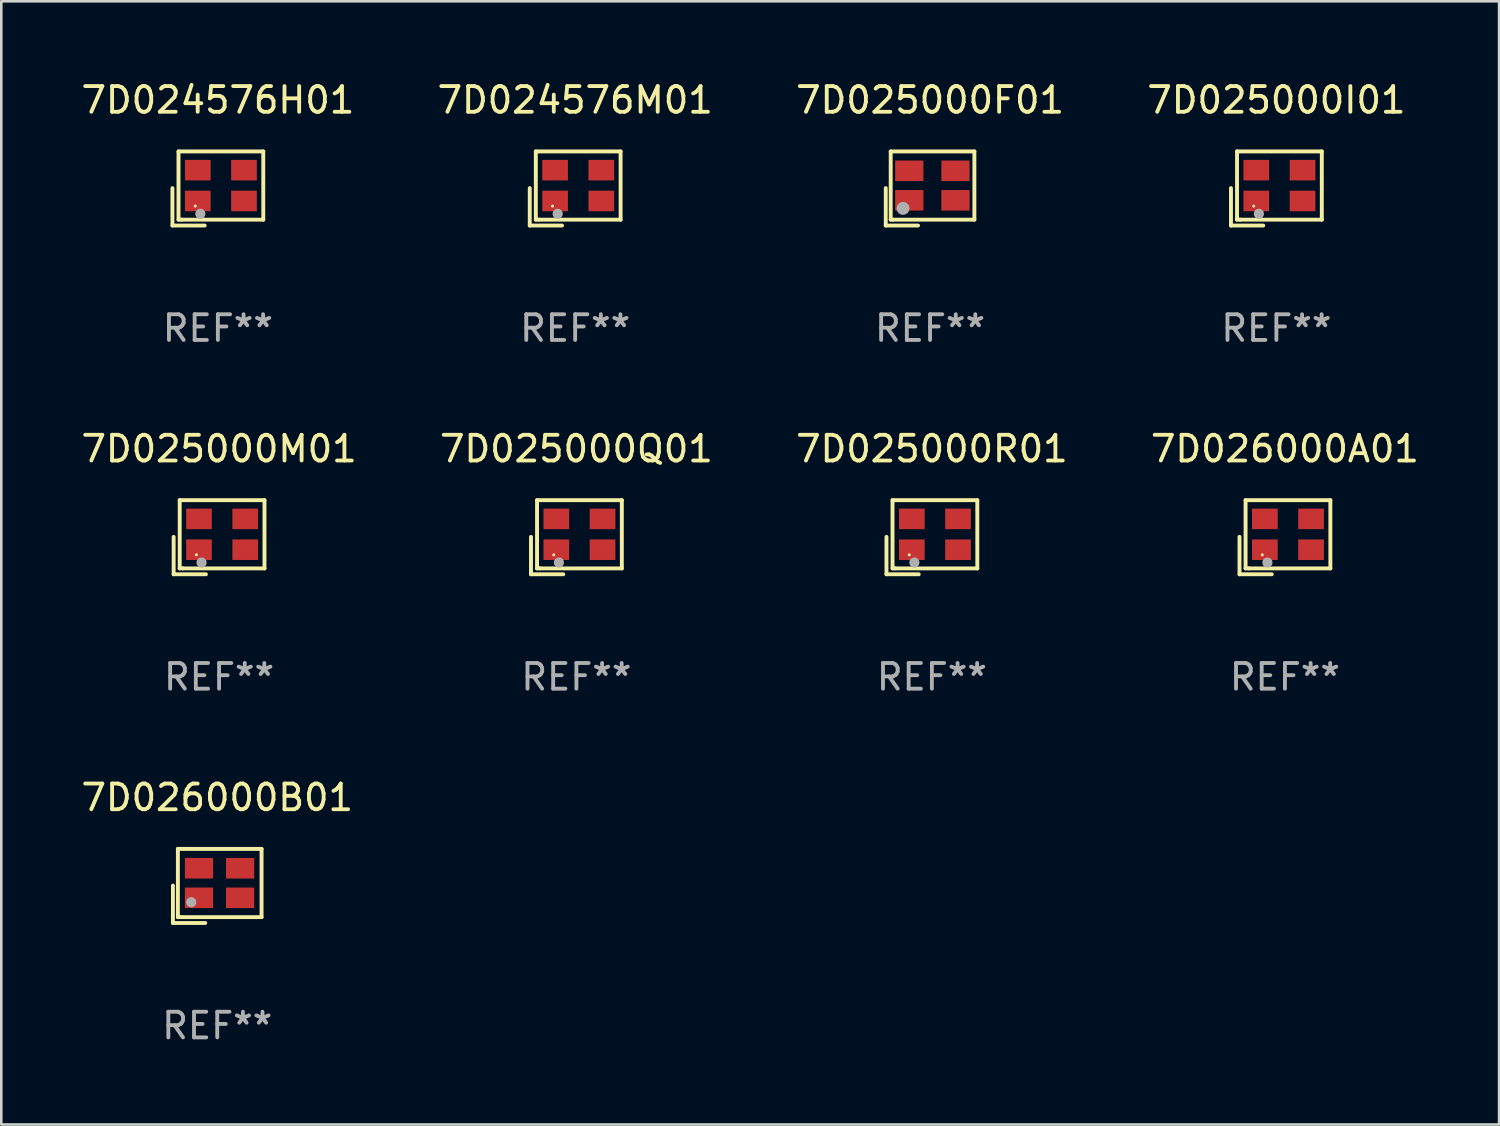
<source format=kicad_pcb>
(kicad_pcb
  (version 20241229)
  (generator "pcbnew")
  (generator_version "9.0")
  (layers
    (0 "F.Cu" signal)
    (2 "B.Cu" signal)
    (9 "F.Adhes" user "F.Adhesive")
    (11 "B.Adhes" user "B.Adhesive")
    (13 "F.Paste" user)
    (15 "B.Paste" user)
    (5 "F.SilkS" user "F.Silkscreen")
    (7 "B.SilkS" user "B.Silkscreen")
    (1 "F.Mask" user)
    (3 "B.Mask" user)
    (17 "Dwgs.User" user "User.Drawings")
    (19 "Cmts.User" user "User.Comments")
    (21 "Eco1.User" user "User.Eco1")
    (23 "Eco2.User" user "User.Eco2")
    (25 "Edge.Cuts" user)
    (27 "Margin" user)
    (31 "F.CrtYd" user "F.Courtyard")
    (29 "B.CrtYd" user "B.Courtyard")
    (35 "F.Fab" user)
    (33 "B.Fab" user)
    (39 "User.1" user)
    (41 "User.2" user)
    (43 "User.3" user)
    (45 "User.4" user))
  (footprint "7D026000A01"
    (layer "F.Cu")
    (at 46.994 17.873)
    (property "Reference" "7D026000A01" (at 0 -3.443 0) (layer "F.SilkS") (effects (font (size 1 1) (thickness 0.15))))
    (attr through_hole)
    (fp_line (start -1.769 -0.014) (end -1.769 1.443) (stroke (width 0.152) (type solid)) (layer "F.SilkS"))
    (fp_line (start -1.769 1.443) (end -0.512 1.443) (stroke (width 0.152) (type solid)) (layer "F.SilkS"))
    (fp_line (start -1.533 -1.443) (end 1.769 -1.443) (stroke (width 0.152) (type solid)) (layer "F.SilkS"))
    (fp_line (start -1.533 1.214) (end -1.533 -1.443) (stroke (width 0.152) (type solid)) (layer "F.SilkS"))
    (fp_line (start -1.411 1.214) (end -1.533 1.214) (stroke (width 0.152) (type solid)) (layer "F.SilkS"))
    (fp_line (start 1.769 -1.443) (end 1.769 1.214) (stroke (width 0.152) (type solid)) (layer "F.SilkS"))
    (fp_line (start 1.769 1.214) (end -1.411 1.214) (stroke (width 0.152) (type solid)) (layer "F.SilkS"))
    (fp_circle (center -0.882 0.686) (end -0.852 0.686) (stroke (width 0.06) (type solid)) (fill no) (layer "F.SilkS"))
    (fp_circle (center -0.682 0.986) (end -0.582 0.986) (stroke (width 0.2) (type solid)) (fill no) (layer "F.Fab"))
    (fp_text user "REF**" (at 0 5.443 0) (layer "F.Fab") (effects (font (size 1 1) (thickness 0.15))))
    (pad "1" smd rect (at -0.782 0.486 90) (size 0.8 1) (layers "F.Cu" "F.Mask" "F.Paste"))
    (pad "2" smd rect (at 1.018 0.486 90) (size 0.8 1) (layers "F.Cu" "F.Mask" "F.Paste"))
    (pad "3" smd rect (at 1.018 -0.714 90) (size 0.8 1) (layers "F.Cu" "F.Mask" "F.Paste"))
    (pad "4" smd rect (at -0.782 -0.714 90) (size 0.8 1) (layers "F.Cu" "F.Mask" "F.Paste")))
  (footprint "7D024576H01"
    (layer "F.Cu")
    (at 5.435 4.291)
    (property "Reference" "7D024576H01" (at 0 -3.443 0) (layer "F.SilkS") (effects (font (size 1 1) (thickness 0.15))))
    (attr through_hole)
    (fp_line (start -1.769 -0.014) (end -1.769 1.443) (stroke (width 0.152) (type solid)) (layer "F.SilkS"))
    (fp_line (start -1.769 1.443) (end -0.512 1.443) (stroke (width 0.152) (type solid)) (layer "F.SilkS"))
    (fp_line (start -1.533 -1.443) (end 1.769 -1.443) (stroke (width 0.152) (type solid)) (layer "F.SilkS"))
    (fp_line (start -1.533 1.214) (end -1.533 -1.443) (stroke (width 0.152) (type solid)) (layer "F.SilkS"))
    (fp_line (start -1.411 1.214) (end -1.533 1.214) (stroke (width 0.152) (type solid)) (layer "F.SilkS"))
    (fp_line (start 1.769 -1.443) (end 1.769 1.214) (stroke (width 0.152) (type solid)) (layer "F.SilkS"))
    (fp_line (start 1.769 1.214) (end -1.411 1.214) (stroke (width 0.152) (type solid)) (layer "F.SilkS"))
    (fp_circle (center -0.882 0.686) (end -0.852 0.686) (stroke (width 0.06) (type solid)) (fill no) (layer "F.SilkS"))
    (fp_circle (center -0.682 0.986) (end -0.582 0.986) (stroke (width 0.2) (type solid)) (fill no) (layer "F.Fab"))
    (fp_text user "REF**" (at 0 5.443 0) (layer "F.Fab") (effects (font (size 1 1) (thickness 0.15))))
    (pad "1" smd rect (at -0.782 0.486 90) (size 0.8 1) (layers "F.Cu" "F.Mask" "F.Paste"))
    (pad "2" smd rect (at 1.018 0.486 90) (size 0.8 1) (layers "F.Cu" "F.Mask" "F.Paste"))
    (pad "3" smd rect (at 1.018 -0.714 90) (size 0.8 1) (layers "F.Cu" "F.Mask" "F.Paste"))
    (pad "4" smd rect (at -0.782 -0.714 90) (size 0.8 1) (layers "F.Cu" "F.Mask" "F.Paste")))
  (footprint "7D024576M01"
    (layer "F.Cu")
    (at 19.351 4.291)
    (property "Reference" "7D024576M01" (at 0 -3.443 0) (layer "F.SilkS") (effects (font (size 1 1) (thickness 0.15))))
    (attr through_hole)
    (fp_line (start -1.769 -0.014) (end -1.769 1.443) (stroke (width 0.152) (type solid)) (layer "F.SilkS"))
    (fp_line (start -1.769 1.443) (end -0.512 1.443) (stroke (width 0.152) (type solid)) (layer "F.SilkS"))
    (fp_line (start -1.533 -1.443) (end 1.769 -1.443) (stroke (width 0.152) (type solid)) (layer "F.SilkS"))
    (fp_line (start -1.533 1.214) (end -1.533 -1.443) (stroke (width 0.152) (type solid)) (layer "F.SilkS"))
    (fp_line (start -1.411 1.214) (end -1.533 1.214) (stroke (width 0.152) (type solid)) (layer "F.SilkS"))
    (fp_line (start 1.769 -1.443) (end 1.769 1.214) (stroke (width 0.152) (type solid)) (layer "F.SilkS"))
    (fp_line (start 1.769 1.214) (end -1.411 1.214) (stroke (width 0.152) (type solid)) (layer "F.SilkS"))
    (fp_circle (center -0.882 0.686) (end -0.852 0.686) (stroke (width 0.06) (type solid)) (fill no) (layer "F.SilkS"))
    (fp_circle (center -0.682 0.986) (end -0.582 0.986) (stroke (width 0.2) (type solid)) (fill no) (layer "F.Fab"))
    (fp_text user "REF**" (at 0 5.443 0) (layer "F.Fab") (effects (font (size 1 1) (thickness 0.15))))
    (pad "1" smd rect (at -0.782 0.486 90) (size 0.8 1) (layers "F.Cu" "F.Mask" "F.Paste"))
    (pad "2" smd rect (at 1.018 0.486 90) (size 0.8 1) (layers "F.Cu" "F.Mask" "F.Paste"))
    (pad "3" smd rect (at 1.018 -0.714 90) (size 0.8 1) (layers "F.Cu" "F.Mask" "F.Paste"))
    (pad "4" smd rect (at -0.782 -0.714 90) (size 0.8 1) (layers "F.Cu" "F.Mask" "F.Paste")))
  (footprint "7D026000B01"
    (layer "F.Cu")
    (at 5.411 31.455)
    (property "Reference" "7D026000B01" (at 0 -3.443 0) (layer "F.SilkS") (effects (font (size 1 1) (thickness 0.15))))
    (attr through_hole)
    (fp_line (start -1.726 -0.015) (end -1.726 1.443) (stroke (width 0.152) (type solid)) (layer "F.SilkS"))
    (fp_line (start -1.726 1.443) (end -0.469 1.443) (stroke (width 0.152) (type solid)) (layer "F.SilkS"))
    (fp_line (start -1.533 -1.443) (end 1.726 -1.443) (stroke (width 0.152) (type solid)) (layer "F.SilkS"))
    (fp_line (start -1.533 1.214) (end -1.533 -1.443) (stroke (width 0.152) (type solid)) (layer "F.SilkS"))
    (fp_line (start -1.439 1.214) (end -1.533 1.214) (stroke (width 0.152) (type solid)) (layer "F.SilkS"))
    (fp_line (start 1.726 -1.443) (end 1.726 1.214) (stroke (width 0.152) (type solid)) (layer "F.SilkS"))
    (fp_line (start 1.726 1.214) (end -1.439 1.214) (stroke (width 0.152) (type solid)) (layer "F.SilkS"))
    (fp_circle (center -0.91 0.686) (end -0.88 0.686) (stroke (width 0.06) (type solid)) (fill no) (layer "F.SilkS"))
    (fp_circle (center -1.014 0.633) (end -0.914 0.633) (stroke (width 0.2) (type solid)) (fill no) (layer "F.Fab"))
    (fp_text user "REF**" (at 0 5.443 0) (layer "F.Fab") (effects (font (size 1 1) (thickness 0.15))))
    (pad "1" smd rect (at -0.71 0.461) (size 1.1 0.8) (layers "F.Cu" "F.Mask" "F.Paste"))
    (pad "2" smd rect (at 0.89 0.461) (size 1.1 0.8) (layers "F.Cu" "F.Mask" "F.Paste"))
    (pad "3" smd rect (at 0.89 -0.689) (size 1.1 0.8) (layers "F.Cu" "F.Mask" "F.Paste"))
    (pad "4" smd rect (at -0.71 -0.689) (size 1.1 0.8) (layers "F.Cu" "F.Mask" "F.Paste")))
  (footprint "7D025000Q01"
    (layer "F.Cu")
    (at 19.399 17.873)
    (property "Reference" "7D025000Q01" (at 0 -3.443 0) (layer "F.SilkS") (effects (font (size 1 1) (thickness 0.15))))
    (attr through_hole)
    (fp_line (start -1.769 -0.014) (end -1.769 1.443) (stroke (width 0.152) (type solid)) (layer "F.SilkS"))
    (fp_line (start -1.769 1.443) (end -0.512 1.443) (stroke (width 0.152) (type solid)) (layer "F.SilkS"))
    (fp_line (start -1.533 -1.443) (end 1.769 -1.443) (stroke (width 0.152) (type solid)) (layer "F.SilkS"))
    (fp_line (start -1.533 1.214) (end -1.533 -1.443) (stroke (width 0.152) (type solid)) (layer "F.SilkS"))
    (fp_line (start -1.411 1.214) (end -1.533 1.214) (stroke (width 0.152) (type solid)) (layer "F.SilkS"))
    (fp_line (start 1.769 -1.443) (end 1.769 1.214) (stroke (width 0.152) (type solid)) (layer "F.SilkS"))
    (fp_line (start 1.769 1.214) (end -1.411 1.214) (stroke (width 0.152) (type solid)) (layer "F.SilkS"))
    (fp_circle (center -0.882 0.686) (end -0.852 0.686) (stroke (width 0.06) (type solid)) (fill no) (layer "F.SilkS"))
    (fp_circle (center -0.682 0.986) (end -0.582 0.986) (stroke (width 0.2) (type solid)) (fill no) (layer "F.Fab"))
    (fp_text user "REF**" (at 0 5.443 0) (layer "F.Fab") (effects (font (size 1 1) (thickness 0.15))))
    (pad "1" smd rect (at -0.782 0.486 90) (size 0.8 1) (layers "F.Cu" "F.Mask" "F.Paste"))
    (pad "2" smd rect (at 1.018 0.486 90) (size 0.8 1) (layers "F.Cu" "F.Mask" "F.Paste"))
    (pad "3" smd rect (at 1.018 -0.714 90) (size 0.8 1) (layers "F.Cu" "F.Mask" "F.Paste"))
    (pad "4" smd rect (at -0.782 -0.714 90) (size 0.8 1) (layers "F.Cu" "F.Mask" "F.Paste")))
  (footprint "7D025000F01"
    (layer "F.Cu")
    (at 33.173 4.291)
    (property "Reference" "7D025000F01" (at 0 -3.443 0) (layer "F.SilkS") (effects (font (size 1 1) (thickness 0.15))))
    (attr through_hole)
    (fp_line (start -1.726 -0.015) (end -1.726 1.443) (stroke (width 0.152) (type solid)) (layer "F.SilkS"))
    (fp_line (start -1.726 1.443) (end -0.469 1.443) (stroke (width 0.152) (type solid)) (layer "F.SilkS"))
    (fp_line (start -1.533 -1.443) (end 1.726 -1.443) (stroke (width 0.152) (type solid)) (layer "F.SilkS"))
    (fp_line (start -1.533 1.214) (end -1.533 -1.443) (stroke (width 0.152) (type solid)) (layer "F.SilkS"))
    (fp_line (start -1.439 1.214) (end -1.533 1.214) (stroke (width 0.152) (type solid)) (layer "F.SilkS"))
    (fp_line (start 1.726 -1.443) (end 1.726 1.214) (stroke (width 0.152) (type solid)) (layer "F.SilkS"))
    (fp_line (start 1.726 1.214) (end -1.439 1.214) (stroke (width 0.152) (type solid)) (layer "F.SilkS"))
    (fp_circle (center -0.91 0.686) (end -0.88 0.686) (stroke (width 0.06) (type solid)) (fill no) (layer "F.SilkS"))
    (fp_circle (center -1.053 0.775) (end -0.926 0.775) (stroke (width 0.254) (type solid)) (fill no) (layer "F.Fab"))
    (fp_text user "REF**" (at 0 5.443 0) (layer "F.Fab") (effects (font (size 1 1) (thickness 0.15))))
    (pad "1" smd rect (at -0.81 0.461) (size 1.1 0.8) (layers "F.Cu" "F.Mask" "F.Paste"))
    (pad "2" smd rect (at 0.99 0.461) (size 1.1 0.8) (layers "F.Cu" "F.Mask" "F.Paste"))
    (pad "3" smd rect (at 0.99 -0.689) (size 1.1 0.8) (layers "F.Cu" "F.Mask" "F.Paste"))
    (pad "4" smd rect (at -0.81 -0.689) (size 1.1 0.8) (layers "F.Cu" "F.Mask" "F.Paste")))
  (footprint "7D025000M01"
    (layer "F.Cu")
    (at 5.482 17.873)
    (property "Reference" "7D025000M01" (at 0 -3.443 0) (layer "F.SilkS") (effects (font (size 1 1) (thickness 0.15))))
    (attr through_hole)
    (fp_line (start -1.769 -0.014) (end -1.769 1.443) (stroke (width 0.152) (type solid)) (layer "F.SilkS"))
    (fp_line (start -1.769 1.443) (end -0.512 1.443) (stroke (width 0.152) (type solid)) (layer "F.SilkS"))
    (fp_line (start -1.533 -1.443) (end 1.769 -1.443) (stroke (width 0.152) (type solid)) (layer "F.SilkS"))
    (fp_line (start -1.533 1.214) (end -1.533 -1.443) (stroke (width 0.152) (type solid)) (layer "F.SilkS"))
    (fp_line (start -1.411 1.214) (end -1.533 1.214) (stroke (width 0.152) (type solid)) (layer "F.SilkS"))
    (fp_line (start 1.769 -1.443) (end 1.769 1.214) (stroke (width 0.152) (type solid)) (layer "F.SilkS"))
    (fp_line (start 1.769 1.214) (end -1.411 1.214) (stroke (width 0.152) (type solid)) (layer "F.SilkS"))
    (fp_circle (center -0.882 0.686) (end -0.852 0.686) (stroke (width 0.06) (type solid)) (fill no) (layer "F.SilkS"))
    (fp_circle (center -0.682 0.986) (end -0.582 0.986) (stroke (width 0.2) (type solid)) (fill no) (layer "F.Fab"))
    (fp_text user "REF**" (at 0 5.443 0) (layer "F.Fab") (effects (font (size 1 1) (thickness 0.15))))
    (pad "1" smd rect (at -0.782 0.486 90) (size 0.8 1) (layers "F.Cu" "F.Mask" "F.Paste"))
    (pad "2" smd rect (at 1.018 0.486 90) (size 0.8 1) (layers "F.Cu" "F.Mask" "F.Paste"))
    (pad "3" smd rect (at 1.018 -0.714 90) (size 0.8 1) (layers "F.Cu" "F.Mask" "F.Paste"))
    (pad "4" smd rect (at -0.782 -0.714 90) (size 0.8 1) (layers "F.Cu" "F.Mask" "F.Paste")))
  (footprint "7D025000R01"
    (layer "F.Cu")
    (at 33.244 17.873)
    (property "Reference" "7D025000R01" (at 0 -3.443 0) (layer "F.SilkS") (effects (font (size 1 1) (thickness 0.15))))
    (attr through_hole)
    (fp_line (start -1.769 -0.014) (end -1.769 1.443) (stroke (width 0.152) (type solid)) (layer "F.SilkS"))
    (fp_line (start -1.769 1.443) (end -0.512 1.443) (stroke (width 0.152) (type solid)) (layer "F.SilkS"))
    (fp_line (start -1.533 -1.443) (end 1.769 -1.443) (stroke (width 0.152) (type solid)) (layer "F.SilkS"))
    (fp_line (start -1.533 1.214) (end -1.533 -1.443) (stroke (width 0.152) (type solid)) (layer "F.SilkS"))
    (fp_line (start -1.411 1.214) (end -1.533 1.214) (stroke (width 0.152) (type solid)) (layer "F.SilkS"))
    (fp_line (start 1.769 -1.443) (end 1.769 1.214) (stroke (width 0.152) (type solid)) (layer "F.SilkS"))
    (fp_line (start 1.769 1.214) (end -1.411 1.214) (stroke (width 0.152) (type solid)) (layer "F.SilkS"))
    (fp_circle (center -0.882 0.686) (end -0.852 0.686) (stroke (width 0.06) (type solid)) (fill no) (layer "F.SilkS"))
    (fp_circle (center -0.682 0.986) (end -0.582 0.986) (stroke (width 0.2) (type solid)) (fill no) (layer "F.Fab"))
    (fp_text user "REF**" (at 0 5.443 0) (layer "F.Fab") (effects (font (size 1 1) (thickness 0.15))))
    (pad "1" smd rect (at -0.782 0.486 90) (size 0.8 1) (layers "F.Cu" "F.Mask" "F.Paste"))
    (pad "2" smd rect (at 1.018 0.486 90) (size 0.8 1) (layers "F.Cu" "F.Mask" "F.Paste"))
    (pad "3" smd rect (at 1.018 -0.714 90) (size 0.8 1) (layers "F.Cu" "F.Mask" "F.Paste"))
    (pad "4" smd rect (at -0.782 -0.714 90) (size 0.8 1) (layers "F.Cu" "F.Mask" "F.Paste")))
  (footprint "7D025000I01"
    (layer "F.Cu")
    (at 46.661 4.291)
    (property "Reference" "7D025000I01" (at 0 -3.443 0) (layer "F.SilkS") (effects (font (size 1 1) (thickness 0.15))))
    (attr through_hole)
    (fp_line (start -1.769 -0.014) (end -1.769 1.443) (stroke (width 0.152) (type solid)) (layer "F.SilkS"))
    (fp_line (start -1.769 1.443) (end -0.512 1.443) (stroke (width 0.152) (type solid)) (layer "F.SilkS"))
    (fp_line (start -1.533 -1.443) (end 1.769 -1.443) (stroke (width 0.152) (type solid)) (layer "F.SilkS"))
    (fp_line (start -1.533 1.214) (end -1.533 -1.443) (stroke (width 0.152) (type solid)) (layer "F.SilkS"))
    (fp_line (start -1.411 1.214) (end -1.533 1.214) (stroke (width 0.152) (type solid)) (layer "F.SilkS"))
    (fp_line (start 1.769 -1.443) (end 1.769 1.214) (stroke (width 0.152) (type solid)) (layer "F.SilkS"))
    (fp_line (start 1.769 1.214) (end -1.411 1.214) (stroke (width 0.152) (type solid)) (layer "F.SilkS"))
    (fp_circle (center -0.882 0.686) (end -0.852 0.686) (stroke (width 0.06) (type solid)) (fill no) (layer "F.SilkS"))
    (fp_circle (center -0.682 0.986) (end -0.582 0.986) (stroke (width 0.2) (type solid)) (fill no) (layer "F.Fab"))
    (fp_text user "REF**" (at 0 5.443 0) (layer "F.Fab") (effects (font (size 1 1) (thickness 0.15))))
    (pad "1" smd rect (at -0.782 0.486 90) (size 0.8 1) (layers "F.Cu" "F.Mask" "F.Paste"))
    (pad "2" smd rect (at 1.018 0.486 90) (size 0.8 1) (layers "F.Cu" "F.Mask" "F.Paste"))
    (pad "3" smd rect (at 1.018 -0.714 90) (size 0.8 1) (layers "F.Cu" "F.Mask" "F.Paste"))
    (pad "4" smd rect (at -0.782 -0.714 90) (size 0.8 1) (layers "F.Cu" "F.Mask" "F.Paste")))
  (gr_rect
    (start -3 -3)
    (end 55.333 40.746)
    (stroke (width 0.1) (type default))
    (fill no)
    (layer "Edge.Cuts")))
</source>
